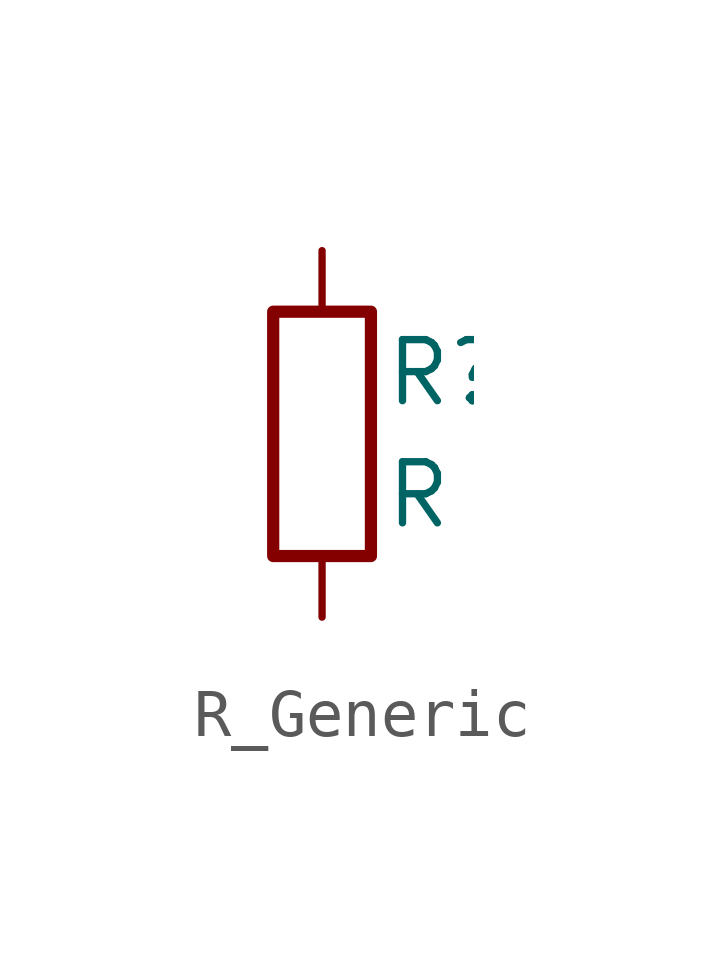
<source format=kicad_sym>
(kicad_symbol_lib
  (version 20220914)
  (generator kicad_symbol_editor)
  (symbol "R_Generic"
    (pin_numbers hide)
    (pin_names
      (offset 0))
    (property "Reference" "R"
      (at 1.27 1.27 0)
      (effects (font (size 1.27 1.27)) (justify left)))
    (property "Value" "R"
      (at 1.27 -1.27 0)
      (effects (font (size 1.27 1.27)) (justify left)))
    (symbol "R_Generic_1_1"
      (rectangle (start -1.016 2.54) (end 1.016 -2.54) (stroke (width 0.254) (type default)) (fill (type none)))
      (pin passive line (at 0 3.81 270) (length 1.27) (name "~" (effects (font (size 1.27 1.27)))) (number "1" (effects (font (size 1.27 1.27)))))
      (pin passive line (at 0 -3.81 90) (length 1.27) (name "~" (effects (font (size 1.27 1.27)))) (number "2" (effects (font (size 1.27 1.27))))))))
</source>
